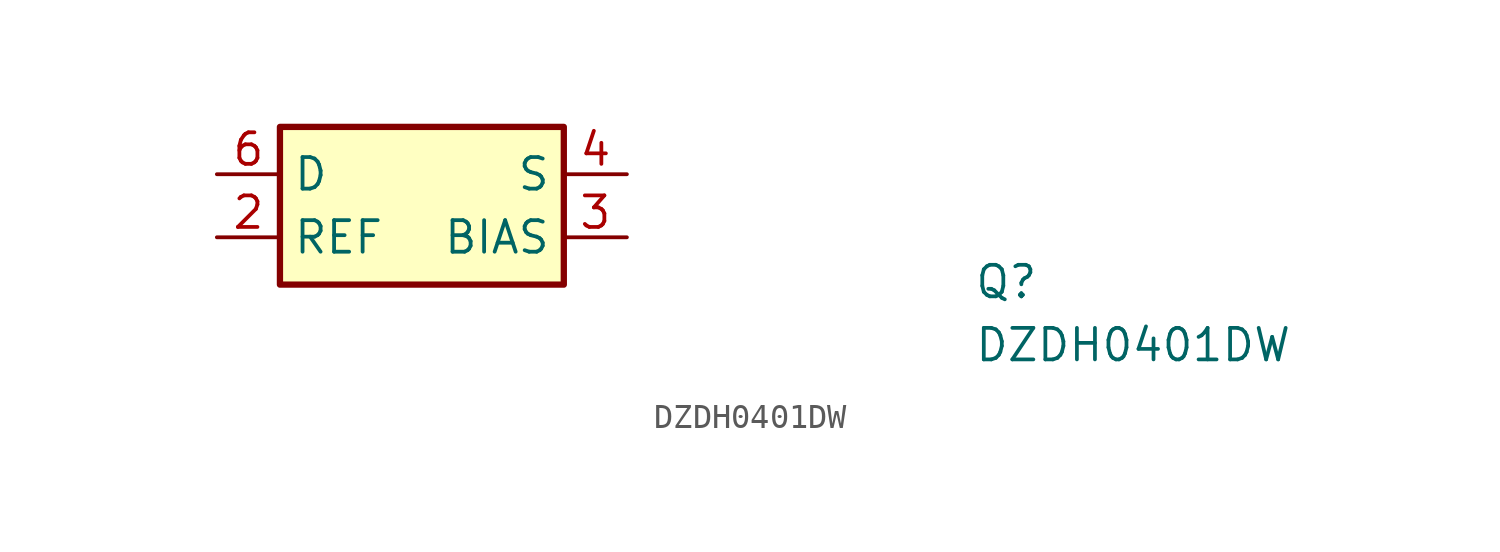
<source format=kicad_sym>
(kicad_symbol_lib
  (version 20211014)
  (generator kicad_symbol_editor)
  (symbol "DZDH0401DW"
    (property "Reference" "Q"
      (at 30.48 -5.08 0)
      (effects (font (size 1.27 1.27) (thickness 0.15)) (justify left bottom)))
    (property "Value" "DZDH0401DW"
      (at 30.48 -7.62 0)
      (effects (font (size 1.27 1.27) (thickness 0.15)) (justify left bottom)))
    (symbol "DZDH0401DW_1_1"
      (rectangle (start 2.54 1.905) (end 13.97 -4.445) (stroke (width 0.254) (type default) (color 0 0 0 0)) (fill (type background)))
      (pin input line (at 0 -2.54 0) (length 2.54) (name "REF" (effects (font (size 1.27 1.27)))) (number "2" (effects (font (size 1.27 1.27)))))
      (pin output line (at 16.51 -2.54 180) (length 2.54) (name "BIAS" (effects (font (size 1.27 1.27)))) (number "3" (effects (font (size 1.27 1.27)))))
      (pin power_in line (at 16.51 0 180) (length 2.54) (name "S" (effects (font (size 1.27 1.27)))) (number "4" (effects (font (size 1.27 1.27)))))
      (pin power_in line (at 0 0 0) (length 2.54) (name "D" (effects (font (size 1.27 1.27)))) (number "6" (effects (font (size 1.27 1.27))))))))
</source>
